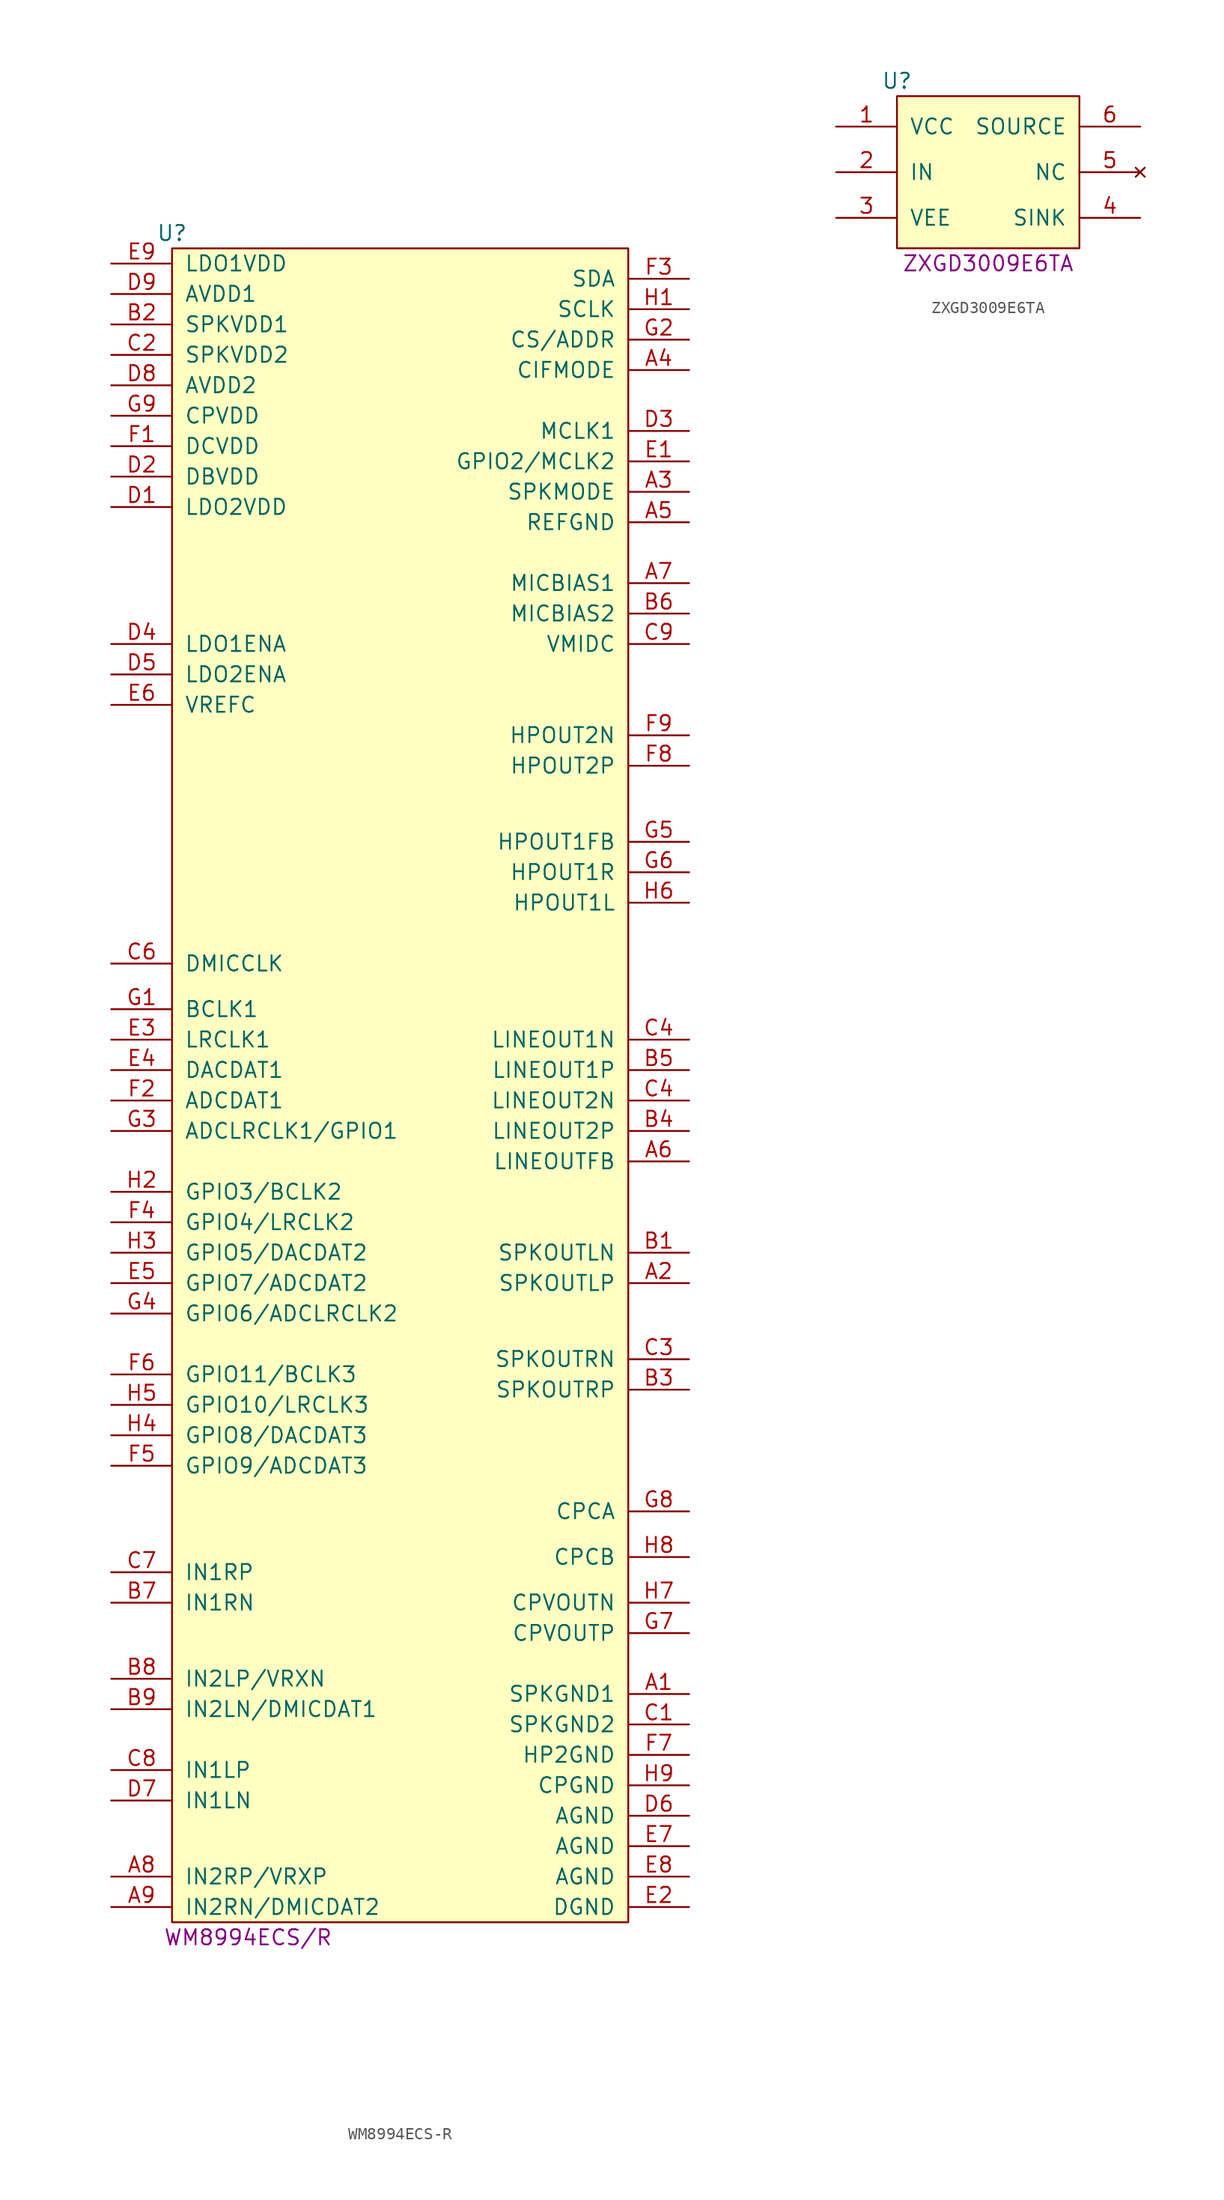
<source format=kicad_sym>
(kicad_symbol_lib
  (version 20220914)
  (generator kicad_symbol_editor)
  (symbol "WM8994ECS-R"
    (pin_names
      (offset 1.016))
    (property "Reference" "U"
      (at 0 1.27 0)
      (effects (font (size 1.27 1.27))))
    (property "_Value_" "WM8994ECS/R"
      (at 6.35 -140.97 0)
      (effects (font (size 1.27 1.27))))
    (symbol "WM8994ECS-R_0_1"
      (rectangle (start 0 0) (end 38.1 -139.7) (stroke (width 0) (type default)) (fill (type background))))
    (symbol "WM8994ECS-R_1_1"
      (pin passive line (at 43.18 -120.65 180) (length 5.08) (name "SPKGND1" (effects (font (size 1.27 1.27)))) (number "A1" (effects (font (size 1.27 1.27)))))
      (pin output line (at 43.18 -86.36 180) (length 5.08) (name "SPKOUTLP" (effects (font (size 1.27 1.27)))) (number "A2" (effects (font (size 1.27 1.27)))))
      (pin input line (at 43.18 -20.32 180) (length 5.08) (name "SPKMODE" (effects (font (size 1.27 1.27)))) (number "A3" (effects (font (size 1.27 1.27)))))
      (pin input line (at 43.18 -10.16 180) (length 5.08) (name "CIFMODE" (effects (font (size 1.27 1.27)))) (number "A4" (effects (font (size 1.27 1.27)))))
      (pin passive line (at 43.18 -22.86 180) (length 5.08) (name "REFGND" (effects (font (size 1.27 1.27)))) (number "A5" (effects (font (size 1.27 1.27)))))
      (pin input line (at 43.18 -76.2 180) (length 5.08) (name "LINEOUTFB" (effects (font (size 1.27 1.27)))) (number "A6" (effects (font (size 1.27 1.27)))))
      (pin output line (at 43.18 -27.94 180) (length 5.08) (name "MICBIAS1" (effects (font (size 1.27 1.27)))) (number "A7" (effects (font (size 1.27 1.27)))))
      (pin input line (at -5.08 -135.89 0) (length 5.08) (name "IN2RP/VRXP" (effects (font (size 1.27 1.27)))) (number "A8" (effects (font (size 1.27 1.27)))))
      (pin bidirectional line (at -5.08 -138.43 0) (length 5.08) (name "IN2RN/DMICDAT2" (effects (font (size 1.27 1.27)))) (number "A9" (effects (font (size 1.27 1.27)))))
      (pin output line (at 43.18 -83.82 180) (length 5.08) (name "SPKOUTLN" (effects (font (size 1.27 1.27)))) (number "B1" (effects (font (size 1.27 1.27)))))
      (pin power_in line (at -5.08 -6.35 0) (length 5.08) (name "SPKVDD1" (effects (font (size 1.27 1.27)))) (number "B2" (effects (font (size 1.27 1.27)))))
      (pin output line (at 43.18 -95.25 180) (length 5.08) (name "SPKOUTRP" (effects (font (size 1.27 1.27)))) (number "B3" (effects (font (size 1.27 1.27)))))
      (pin output line (at 43.18 -73.66 180) (length 5.08) (name "LINEOUT2P" (effects (font (size 1.27 1.27)))) (number "B4" (effects (font (size 1.27 1.27)))))
      (pin output line (at 43.18 -68.58 180) (length 5.08) (name "LINEOUT1P" (effects (font (size 1.27 1.27)))) (number "B5" (effects (font (size 1.27 1.27)))))
      (pin output line (at 43.18 -30.48 180) (length 5.08) (name "MICBIAS2" (effects (font (size 1.27 1.27)))) (number "B6" (effects (font (size 1.27 1.27)))))
      (pin input line (at -5.08 -113.03 0) (length 5.08) (name "IN1RN" (effects (font (size 1.27 1.27)))) (number "B7" (effects (font (size 1.27 1.27)))))
      (pin input line (at -5.08 -119.38 0) (length 5.08) (name "IN2LP/VRXN" (effects (font (size 1.27 1.27)))) (number "B8" (effects (font (size 1.27 1.27)))))
      (pin bidirectional line (at -5.08 -121.92 0) (length 5.08) (name "IN2LN/DMICDAT1" (effects (font (size 1.27 1.27)))) (number "B9" (effects (font (size 1.27 1.27)))))
      (pin passive line (at 43.18 -123.19 180) (length 5.08) (name "SPKGND2" (effects (font (size 1.27 1.27)))) (number "C1" (effects (font (size 1.27 1.27)))))
      (pin power_in line (at -5.08 -8.89 0) (length 5.08) (name "SPKVDD2" (effects (font (size 1.27 1.27)))) (number "C2" (effects (font (size 1.27 1.27)))))
      (pin output line (at 43.18 -92.71 180) (length 5.08) (name "SPKOUTRN" (effects (font (size 1.27 1.27)))) (number "C3" (effects (font (size 1.27 1.27)))))
      (pin output line (at 43.18 -66.04 180) (length 5.08) (name "LINEOUT1N" (effects (font (size 1.27 1.27)))) (number "C4" (effects (font (size 1.27 1.27)))))
      (pin output line (at 43.18 -71.12 180) (length 5.08) (name "LINEOUT2N" (effects (font (size 1.27 1.27)))) (number "C4" (effects (font (size 1.27 1.27)))))
      (pin output line (at -5.08 -59.69 0) (length 5.08) (name "DMICCLK" (effects (font (size 1.27 1.27)))) (number "C6" (effects (font (size 1.27 1.27)))))
      (pin input line (at -5.08 -110.49 0) (length 5.08) (name "IN1RP" (effects (font (size 1.27 1.27)))) (number "C7" (effects (font (size 1.27 1.27)))))
      (pin input line (at -5.08 -127 0) (length 5.08) (name "IN1LP" (effects (font (size 1.27 1.27)))) (number "C8" (effects (font (size 1.27 1.27)))))
      (pin output line (at 43.18 -33.02 180) (length 5.08) (name "VMIDC" (effects (font (size 1.27 1.27)))) (number "C9" (effects (font (size 1.27 1.27)))))
      (pin power_in line (at -5.08 -21.59 0) (length 5.08) (name "LDO2VDD" (effects (font (size 1.27 1.27)))) (number "D1" (effects (font (size 1.27 1.27)))))
      (pin power_in line (at -5.08 -19.05 0) (length 5.08) (name "DBVDD" (effects (font (size 1.27 1.27)))) (number "D2" (effects (font (size 1.27 1.27)))))
      (pin input line (at 43.18 -15.24 180) (length 5.08) (name "MCLK1" (effects (font (size 1.27 1.27)))) (number "D3" (effects (font (size 1.27 1.27)))))
      (pin input line (at -5.08 -33.02 0) (length 5.08) (name "LDO1ENA" (effects (font (size 1.27 1.27)))) (number "D4" (effects (font (size 1.27 1.27)))))
      (pin input line (at -5.08 -35.56 0) (length 5.08) (name "LDO2ENA" (effects (font (size 1.27 1.27)))) (number "D5" (effects (font (size 1.27 1.27)))))
      (pin passive line (at 43.18 -130.81 180) (length 5.08) (name "AGND" (effects (font (size 1.27 1.27)))) (number "D6" (effects (font (size 1.27 1.27)))))
      (pin input line (at -5.08 -129.54 0) (length 5.08) (name "IN1LN" (effects (font (size 1.27 1.27)))) (number "D7" (effects (font (size 1.27 1.27)))))
      (pin power_in line (at -5.08 -11.43 0) (length 5.08) (name "AVDD2" (effects (font (size 1.27 1.27)))) (number "D8" (effects (font (size 1.27 1.27)))))
      (pin output line (at -5.08 -3.81 0) (length 5.08) (name "AVDD1" (effects (font (size 1.27 1.27)))) (number "D9" (effects (font (size 1.27 1.27)))))
      (pin input line (at 43.18 -17.78 180) (length 5.08) (name "GPIO2/MCLK2" (effects (font (size 1.27 1.27)))) (number "E1" (effects (font (size 1.27 1.27)))))
      (pin passive line (at 43.18 -138.43 180) (length 5.08) (name "DGND" (effects (font (size 1.27 1.27)))) (number "E2" (effects (font (size 1.27 1.27)))))
      (pin bidirectional line (at -5.08 -66.04 0) (length 5.08) (name "LRCLK1" (effects (font (size 1.27 1.27)))) (number "E3" (effects (font (size 1.27 1.27)))))
      (pin input line (at -5.08 -68.58 0) (length 5.08) (name "DACDAT1" (effects (font (size 1.27 1.27)))) (number "E4" (effects (font (size 1.27 1.27)))))
      (pin bidirectional line (at -5.08 -86.36 0) (length 5.08) (name "GPIO7/ADCDAT2" (effects (font (size 1.27 1.27)))) (number "E5" (effects (font (size 1.27 1.27)))))
      (pin output line (at -5.08 -38.1 0) (length 5.08) (name "VREFC" (effects (font (size 1.27 1.27)))) (number "E6" (effects (font (size 1.27 1.27)))))
      (pin passive line (at 43.18 -133.35 180) (length 5.08) (name "AGND" (effects (font (size 1.27 1.27)))) (number "E7" (effects (font (size 1.27 1.27)))))
      (pin passive line (at 43.18 -135.89 180) (length 5.08) (name "AGND" (effects (font (size 1.27 1.27)))) (number "E8" (effects (font (size 1.27 1.27)))))
      (pin power_in line (at -5.08 -1.27 0) (length 5.08) (name "LDO1VDD" (effects (font (size 1.27 1.27)))) (number "E9" (effects (font (size 1.27 1.27)))))
      (pin output line (at -5.08 -16.51 0) (length 5.08) (name "DCVDD" (effects (font (size 1.27 1.27)))) (number "F1" (effects (font (size 1.27 1.27)))))
      (pin output line (at -5.08 -71.12 0) (length 5.08) (name "ADCDAT1" (effects (font (size 1.27 1.27)))) (number "F2" (effects (font (size 1.27 1.27)))))
      (pin bidirectional line (at 43.18 -2.54 180) (length 5.08) (name "SDA" (effects (font (size 1.27 1.27)))) (number "F3" (effects (font (size 1.27 1.27)))))
      (pin bidirectional line (at -5.08 -81.28 0) (length 5.08) (name "GPIO4/LRCLK2" (effects (font (size 1.27 1.27)))) (number "F4" (effects (font (size 1.27 1.27)))))
      (pin bidirectional line (at -5.08 -101.6 0) (length 5.08) (name "GPIO9/ADCDAT3" (effects (font (size 1.27 1.27)))) (number "F5" (effects (font (size 1.27 1.27)))))
      (pin bidirectional line (at -5.08 -93.98 0) (length 5.08) (name "GPIO11/BCLK3" (effects (font (size 1.27 1.27)))) (number "F6" (effects (font (size 1.27 1.27)))))
      (pin passive line (at 43.18 -125.73 180) (length 5.08) (name "HP2GND" (effects (font (size 1.27 1.27)))) (number "F7" (effects (font (size 1.27 1.27)))))
      (pin output line (at 43.18 -43.18 180) (length 5.08) (name "HPOUT2P" (effects (font (size 1.27 1.27)))) (number "F8" (effects (font (size 1.27 1.27)))))
      (pin output line (at 43.18 -40.64 180) (length 5.08) (name "HPOUT2N" (effects (font (size 1.27 1.27)))) (number "F9" (effects (font (size 1.27 1.27)))))
      (pin bidirectional line (at -5.08 -63.5 0) (length 5.08) (name "BCLK1" (effects (font (size 1.27 1.27)))) (number "G1" (effects (font (size 1.27 1.27)))))
      (pin input line (at 43.18 -7.62 180) (length 5.08) (name "CS/ADDR" (effects (font (size 1.27 1.27)))) (number "G2" (effects (font (size 1.27 1.27)))))
      (pin bidirectional line (at -5.08 -73.66 0) (length 5.08) (name "ADCLRCLK1/GPIO1" (effects (font (size 1.27 1.27)))) (number "G3" (effects (font (size 1.27 1.27)))))
      (pin bidirectional line (at -5.08 -88.9 0) (length 5.08) (name "GPIO6/ADCLRCLK2" (effects (font (size 1.27 1.27)))) (number "G4" (effects (font (size 1.27 1.27)))))
      (pin output line (at 43.18 -49.53 180) (length 5.08) (name "HPOUT1FB" (effects (font (size 1.27 1.27)))) (number "G5" (effects (font (size 1.27 1.27)))))
      (pin output line (at 43.18 -52.07 180) (length 5.08) (name "HPOUT1R" (effects (font (size 1.27 1.27)))) (number "G6" (effects (font (size 1.27 1.27)))))
      (pin output line (at 43.18 -115.57 180) (length 5.08) (name "CPVOUTP" (effects (font (size 1.27 1.27)))) (number "G7" (effects (font (size 1.27 1.27)))))
      (pin output line (at 43.18 -105.41 180) (length 5.08) (name "CPCA" (effects (font (size 1.27 1.27)))) (number "G8" (effects (font (size 1.27 1.27)))))
      (pin power_in line (at -5.08 -13.97 0) (length 5.08) (name "CPVDD" (effects (font (size 1.27 1.27)))) (number "G9" (effects (font (size 1.27 1.27)))))
      (pin input line (at 43.18 -5.08 180) (length 5.08) (name "SCLK" (effects (font (size 1.27 1.27)))) (number "H1" (effects (font (size 1.27 1.27)))))
      (pin bidirectional line (at -5.08 -78.74 0) (length 5.08) (name "GPIO3/BCLK2" (effects (font (size 1.27 1.27)))) (number "H2" (effects (font (size 1.27 1.27)))))
      (pin bidirectional line (at -5.08 -83.82 0) (length 5.08) (name "GPIO5/DACDAT2" (effects (font (size 1.27 1.27)))) (number "H3" (effects (font (size 1.27 1.27)))))
      (pin bidirectional line (at -5.08 -99.06 0) (length 5.08) (name "GPIO8/DACDAT3" (effects (font (size 1.27 1.27)))) (number "H4" (effects (font (size 1.27 1.27)))))
      (pin bidirectional line (at -5.08 -96.52 0) (length 5.08) (name "GPIO10/LRCLK3" (effects (font (size 1.27 1.27)))) (number "H5" (effects (font (size 1.27 1.27)))))
      (pin output line (at 43.18 -54.61 180) (length 5.08) (name "HPOUT1L" (effects (font (size 1.27 1.27)))) (number "H6" (effects (font (size 1.27 1.27)))))
      (pin output line (at 43.18 -113.03 180) (length 5.08) (name "CPVOUTN" (effects (font (size 1.27 1.27)))) (number "H7" (effects (font (size 1.27 1.27)))))
      (pin output line (at 43.18 -109.22 180) (length 5.08) (name "CPCB" (effects (font (size 1.27 1.27)))) (number "H8" (effects (font (size 1.27 1.27)))))
      (pin passive line (at 43.18 -128.27 180) (length 5.08) (name "CPGND" (effects (font (size 1.27 1.27)))) (number "H9" (effects (font (size 1.27 1.27)))))))
  (symbol "ZXGD3009E6TA"
    (pin_names
      (offset 1.016))
    (property "Reference" "U"
      (at 0 1.27 0)
      (effects (font (size 1.27 1.27))))
    (property "_Value_" "ZXGD3009E6TA"
      (at 7.62 -13.97 0)
      (effects (font (size 1.27 1.27))))
    (symbol "ZXGD3009E6TA_0_1"
      (rectangle (start 0 0) (end 15.24 -12.7) (stroke (width 0) (type default)) (fill (type background))))
    (symbol "ZXGD3009E6TA_1_1"
      (pin power_in line (at -5.08 -2.54 0) (length 5.08) (name "VCC" (effects (font (size 1.27 1.27)))) (number "1" (effects (font (size 1.27 1.27)))))
      (pin input line (at -5.08 -6.35 0) (length 5.08) (name "IN" (effects (font (size 1.27 1.27)))) (number "2" (effects (font (size 1.27 1.27)))))
      (pin power_in line (at -5.08 -10.16 0) (length 5.08) (name "VEE" (effects (font (size 1.27 1.27)))) (number "3" (effects (font (size 1.27 1.27)))))
      (pin output line (at 20.32 -10.16 180) (length 5.08) (name "SINK" (effects (font (size 1.27 1.27)))) (number "4" (effects (font (size 1.27 1.27)))))
      (pin no_connect line (at 20.32 -6.35 180) (length 5.08) (name "NC" (effects (font (size 1.27 1.27)))) (number "5" (effects (font (size 1.27 1.27)))))
      (pin output line (at 20.32 -2.54 180) (length 5.08) (name "SOURCE" (effects (font (size 1.27 1.27)))) (number "6" (effects (font (size 1.27 1.27))))))))
</source>
